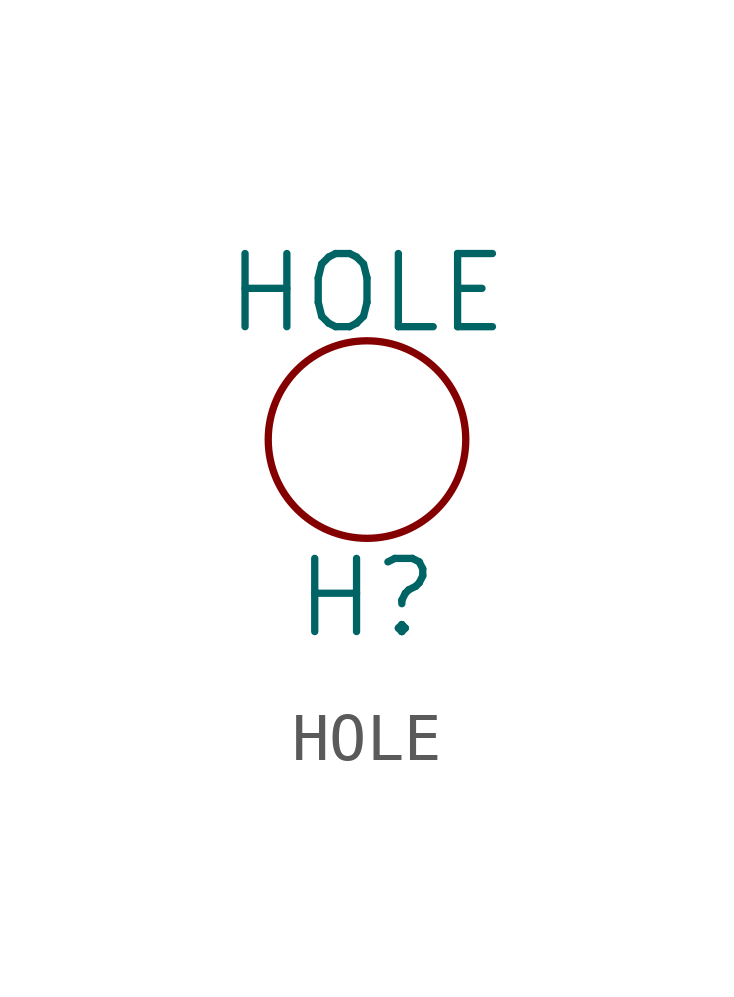
<source format=kicad_sym>
(kicad_symbol_lib
  (version 20231120)
  (generator "kicad_symbol_editor")
  (generator_version "8.0")
  (symbol "HOLE"
    (pin_names
      (offset 1.016))
    (property "Reference" "H"
      (at 0 -3.302 0)
      (effects (font (size 1.524 1.524))))
    (property "Value" "HOLE"
      (at 0 3.048 0)
      (effects (font (size 1.524 1.524))))
    (symbol "HOLE_0_1"
      (circle (center 0 0) (radius 2.057) (stroke (width 0) (type default)) (fill (type none))))))
</source>
